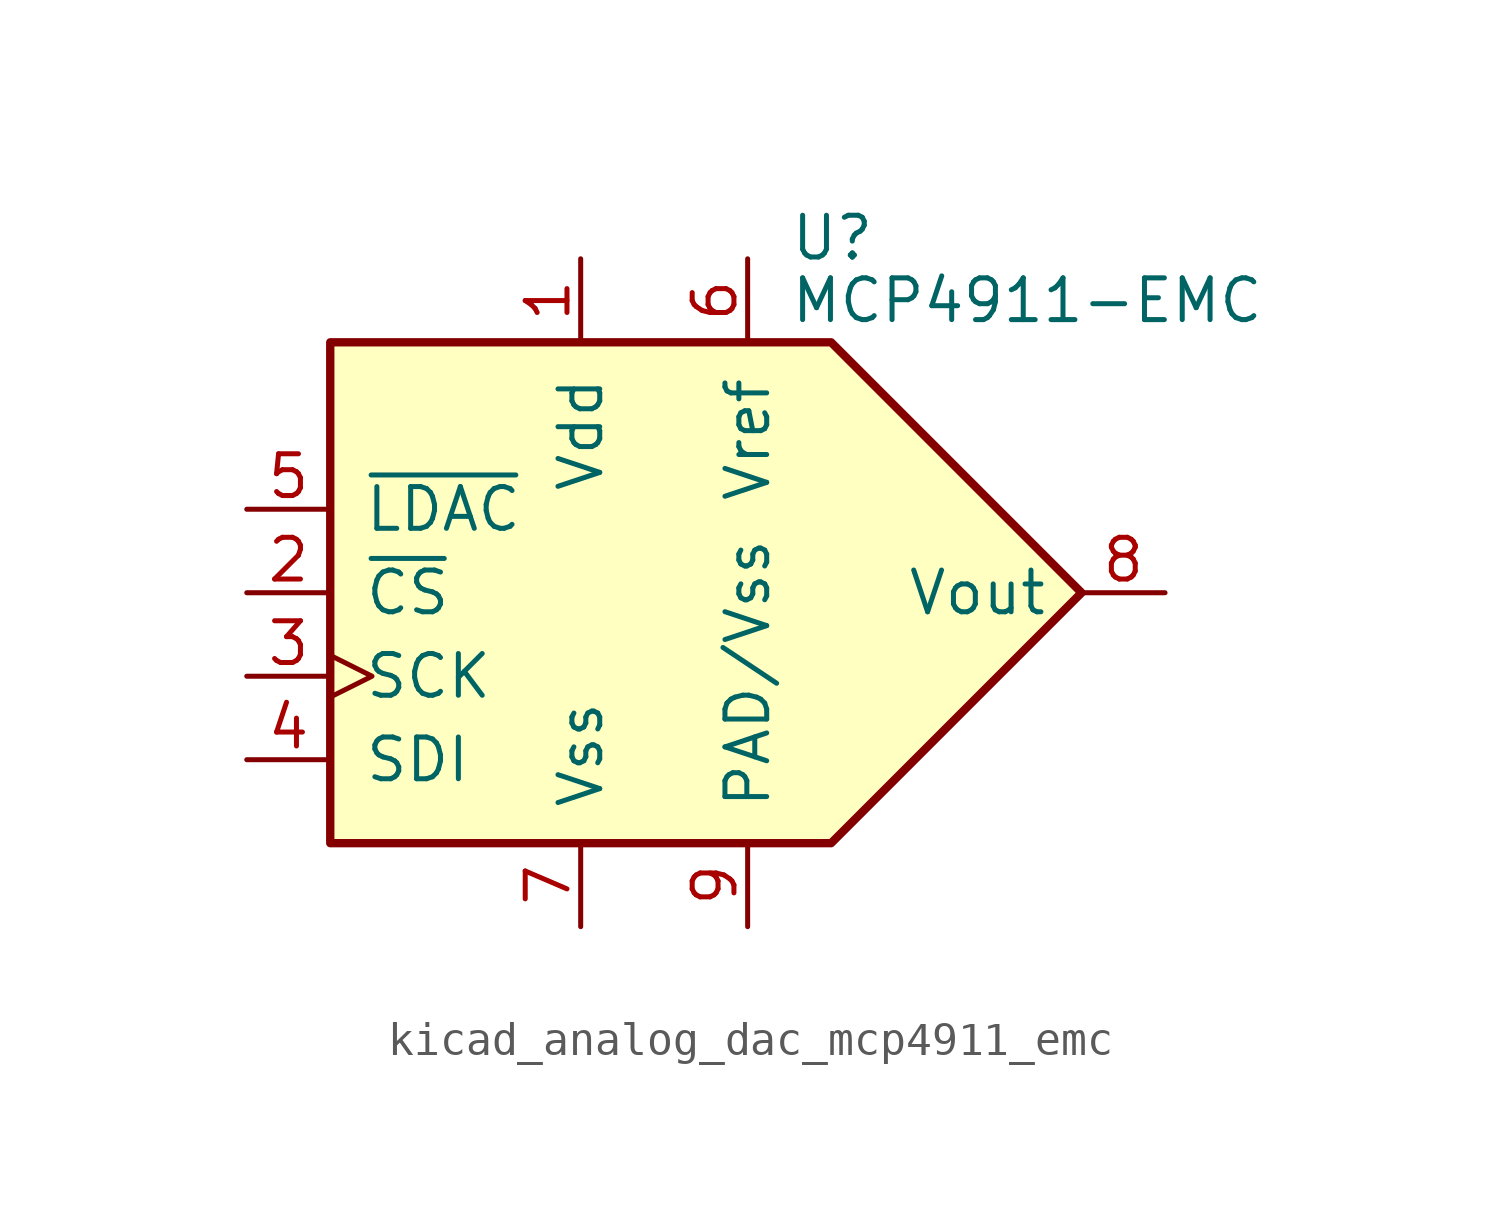
<source format=kicad_sym>
(kicad_symbol_lib
  (version 20220914)
  (generator kicad_symbol_editor)
  (symbol "kicad_analog_dac_mcp4911_emc"
    (pin_names
      (offset 1.016))
    (property "Reference" "U"
      (at 6.35 10.795 0)
      (effects (font (size 1.27 1.27)) (justify left)))
    (property "Value" "MCP4911-EMC"
      (at 6.35 8.89 0)
      (effects (font (size 1.27 1.27)) (justify left)))
    (symbol "kicad_analog_dac_mcp4911_emc_0_0"
      (polyline (pts (xy 15.24 0) (xy 7.62 7.62) (xy -7.62 7.62) (xy -7.62 -7.62) (xy 7.62 -7.62) (xy 15.24 0)) (stroke (width 0.254) (type default)) (fill (type background))))
    (symbol "kicad_analog_dac_mcp4911_emc_1_1"
      (pin power_in line (at 0 10.16 270) (length 2.54) (name "Vdd" (effects (font (size 1.27 1.27)))) (number "1" (effects (font (size 1.27 1.27)))))
      (pin input line (at -10.16 0 0) (length 2.54) (name "~{CS}" (effects (font (size 1.27 1.27)))) (number "2" (effects (font (size 1.27 1.27)))))
      (pin input clock (at -10.16 -2.54 0) (length 2.54) (name "SCK" (effects (font (size 1.27 1.27)))) (number "3" (effects (font (size 1.27 1.27)))))
      (pin input line (at -10.16 -5.08 0) (length 2.54) (name "SDI" (effects (font (size 1.27 1.27)))) (number "4" (effects (font (size 1.27 1.27)))))
      (pin input line (at -10.16 2.54 0) (length 2.54) (name "~{LDAC}" (effects (font (size 1.27 1.27)))) (number "5" (effects (font (size 1.27 1.27)))))
      (pin power_in line (at 5.08 10.16 270) (length 2.54) (name "Vref" (effects (font (size 1.27 1.27)))) (number "6" (effects (font (size 1.27 1.27)))))
      (pin power_in line (at 0 -10.16 90) (length 2.54) (name "Vss" (effects (font (size 1.27 1.27)))) (number "7" (effects (font (size 1.27 1.27)))))
      (pin output line (at 17.78 0 180) (length 2.54) (name "Vout" (effects (font (size 1.27 1.27)))) (number "8" (effects (font (size 1.27 1.27)))))
      (pin power_in line (at 5.08 -10.16 90) (length 2.54) (name "PAD/Vss" (effects (font (size 1.27 1.27)))) (number "9" (effects (font (size 1.27 1.27))))))))
</source>
